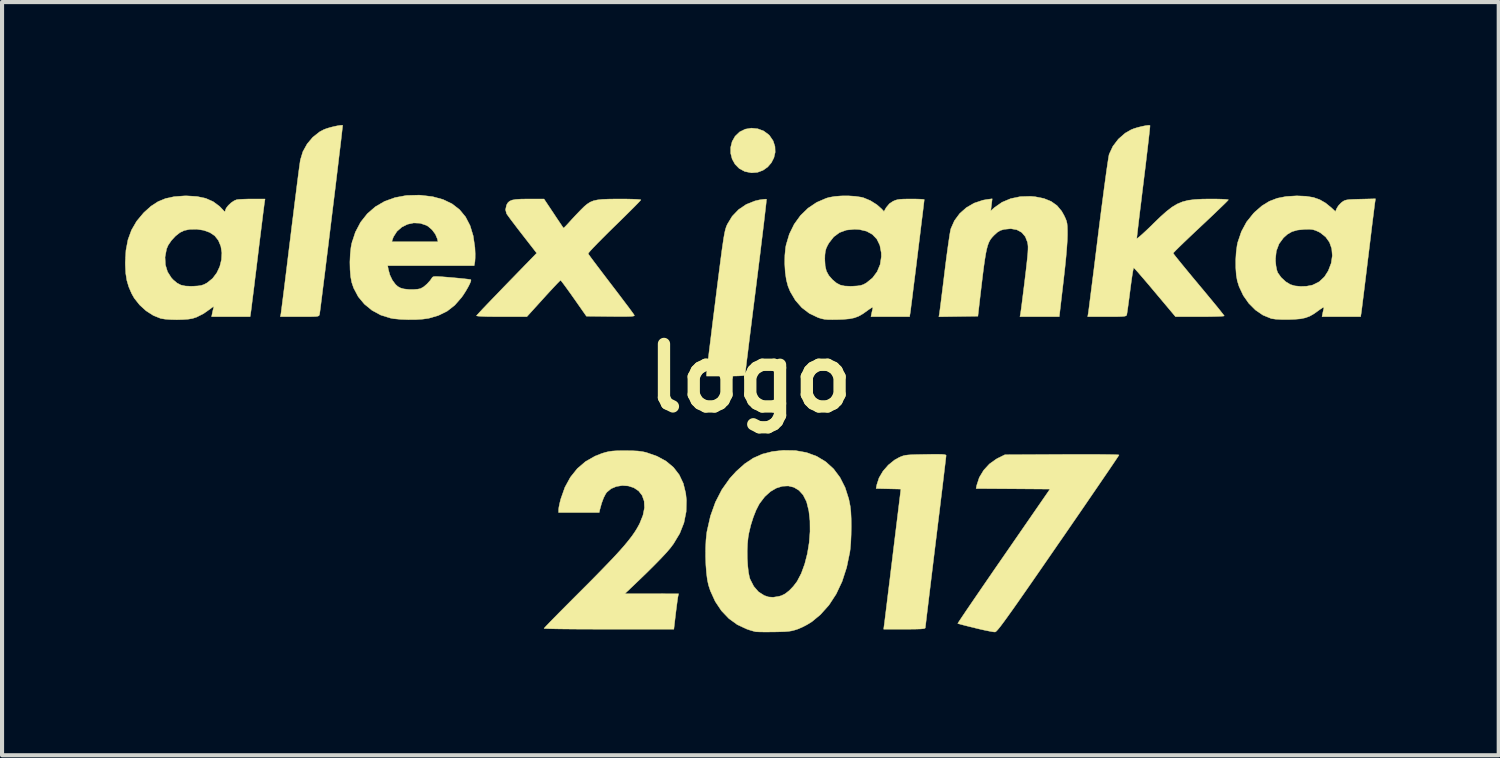
<source format=kicad_pcb>
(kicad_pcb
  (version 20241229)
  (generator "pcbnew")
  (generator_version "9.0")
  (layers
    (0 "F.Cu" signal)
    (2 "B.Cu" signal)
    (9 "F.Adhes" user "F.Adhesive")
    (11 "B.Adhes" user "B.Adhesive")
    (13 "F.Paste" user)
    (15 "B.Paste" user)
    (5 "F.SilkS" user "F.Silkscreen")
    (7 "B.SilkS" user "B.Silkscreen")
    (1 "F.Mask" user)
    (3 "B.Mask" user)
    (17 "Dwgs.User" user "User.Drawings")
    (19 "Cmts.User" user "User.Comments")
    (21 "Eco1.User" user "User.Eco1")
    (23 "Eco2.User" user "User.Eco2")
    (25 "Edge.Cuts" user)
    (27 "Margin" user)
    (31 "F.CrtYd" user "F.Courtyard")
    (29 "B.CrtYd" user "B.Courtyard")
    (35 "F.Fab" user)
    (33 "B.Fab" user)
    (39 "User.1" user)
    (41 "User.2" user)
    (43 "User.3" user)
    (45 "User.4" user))
  (footprint "logo"
    (layer "F.Cu")
    (at 15.245 6.171)
    (property "Reference" "logo" (at 0 0 0) (layer "F.SilkS") (effects (font (size 1.524 1.524) (thickness 0.3))))
    (attr through_hole)
    (fp_poly (pts (xy 0.182 -6.081) (xy 0.327 -6.027) (xy 0.451 -5.935) (xy 0.467 -5.919) (xy 0.557 -5.787) (xy 0.602 -5.648) (xy 0.607 -5.509) (xy 0.576 -5.375) (xy 0.513 -5.252) (xy 0.423 -5.148) (xy 0.309 -5.068) (xy 0.177 -5.019) (xy 0.03 -5.007) (xy -0.127 -5.038) (xy -0.136 -5.041) (xy -0.27 -5.113) (xy -0.372 -5.217) (xy -0.442 -5.343) (xy -0.478 -5.484) (xy -0.478 -5.629) (xy -0.443 -5.77) (xy -0.37 -5.899) (xy -0.259 -6.005) (xy -0.259 -6.005) (xy -0.122 -6.072) (xy 0.029 -6.097) (xy 0.182 -6.081)) (stroke (width 0.01) (type solid)) (fill yes) (layer "F.SilkS"))
    (fp_poly (pts (xy 0.395 -4.363) (xy 0.393 -4.337) (xy 0.386 -4.264) (xy 0.373 -4.148) (xy 0.355 -3.993) (xy 0.333 -3.802) (xy 0.306 -3.579) (xy 0.275 -3.328) (xy 0.242 -3.053) (xy 0.205 -2.757) (xy 0.166 -2.444) (xy 0.14 -2.233) (xy 0.099 -1.91) (xy 0.06 -1.602) (xy 0.024 -1.311) (xy -0.01 -1.042) (xy -0.04 -0.799) (xy -0.066 -0.585) (xy -0.089 -0.404) (xy -0.106 -0.259) (xy -0.119 -0.155) (xy -0.126 -0.096) (xy -0.127 -0.083) (xy -0.139 -0.071) (xy -0.179 -0.062) (xy -0.253 -0.056) (xy -0.364 -0.052) (xy -0.519 -0.051) (xy -0.597 -0.051) (xy -1.067 -0.051) (xy -1.067 -0.108) (xy -1.063 -0.142) (xy -1.054 -0.223) (xy -1.04 -0.345) (xy -1.021 -0.505) (xy -0.998 -0.698) (xy -0.97 -0.92) (xy -0.94 -1.167) (xy -0.907 -1.435) (xy -0.871 -1.718) (xy -0.851 -1.877) (xy -0.809 -2.214) (xy -0.772 -2.505) (xy -0.74 -2.752) (xy -0.713 -2.961) (xy -0.69 -3.135) (xy -0.669 -3.278) (xy -0.652 -3.394) (xy -0.636 -3.487) (xy -0.622 -3.56) (xy -0.609 -3.617) (xy -0.595 -3.663) (xy -0.582 -3.702) (xy -0.567 -3.736) (xy -0.561 -3.75) (xy -0.442 -3.947) (xy -0.286 -4.11) (xy -0.1 -4.236) (xy 0.113 -4.321) (xy 0.224 -4.347) (xy 0.308 -4.359) (xy 0.37 -4.365) (xy 0.395 -4.363)) (stroke (width 0.01) (type solid)) (fill yes) (layer "F.SilkS"))
    (fp_poly (pts (xy 4.671 1.858) (xy 4.73 1.863) (xy 4.762 1.871) (xy 4.775 1.882) (xy 4.775 1.886) (xy 4.772 1.916) (xy 4.763 1.993) (xy 4.749 2.113) (xy 4.73 2.271) (xy 4.707 2.465) (xy 4.68 2.69) (xy 4.649 2.943) (xy 4.616 3.219) (xy 4.579 3.515) (xy 4.541 3.828) (xy 4.521 3.99) (xy 4.482 4.309) (xy 4.445 4.614) (xy 4.41 4.9) (xy 4.378 5.165) (xy 4.349 5.404) (xy 4.324 5.613) (xy 4.302 5.79) (xy 4.286 5.929) (xy 4.274 6.027) (xy 4.268 6.081) (xy 4.267 6.09) (xy 4.255 6.101) (xy 4.216 6.11) (xy 4.144 6.116) (xy 4.035 6.119) (xy 3.884 6.121) (xy 3.76 6.121) (xy 3.252 6.121) (xy 3.266 6.013) (xy 3.272 5.97) (xy 3.283 5.88) (xy 3.299 5.749) (xy 3.32 5.582) (xy 3.344 5.383) (xy 3.372 5.156) (xy 3.403 4.907) (xy 3.435 4.64) (xy 3.47 4.359) (xy 3.476 4.305) (xy 3.672 2.705) (xy 3.37 2.698) (xy 3.068 2.691) (xy 3.086 2.596) (xy 3.14 2.43) (xy 3.236 2.267) (xy 3.365 2.119) (xy 3.517 1.996) (xy 3.628 1.934) (xy 3.68 1.911) (xy 3.727 1.894) (xy 3.78 1.881) (xy 3.846 1.873) (xy 3.934 1.867) (xy 4.053 1.863) (xy 4.21 1.86) (xy 4.274 1.859) (xy 4.449 1.856) (xy 4.579 1.856) (xy 4.671 1.858)) (stroke (width 0.01) (type solid)) (fill yes) (layer "F.SilkS"))
    (fp_poly (pts (xy -9.943 -6.166) (xy -9.94 -6.164) (xy -9.942 -6.138) (xy -9.95 -6.067) (xy -9.963 -5.953) (xy -9.98 -5.802) (xy -10.002 -5.618) (xy -10.028 -5.406) (xy -10.056 -5.168) (xy -10.087 -4.911) (xy -10.12 -4.637) (xy -10.155 -4.352) (xy -10.191 -4.06) (xy -10.227 -3.765) (xy -10.263 -3.471) (xy -10.298 -3.183) (xy -10.333 -2.905) (xy -10.365 -2.641) (xy -10.396 -2.396) (xy -10.424 -2.174) (xy -10.448 -1.979) (xy -10.469 -1.815) (xy -10.485 -1.688) (xy -10.497 -1.601) (xy -10.503 -1.558) (xy -10.504 -1.556) (xy -10.51 -1.536) (xy -10.521 -1.521) (xy -10.546 -1.511) (xy -10.591 -1.504) (xy -10.663 -1.501) (xy -10.768 -1.499) (xy -10.915 -1.499) (xy -10.987 -1.499) (xy -11.458 -1.499) (xy -11.443 -1.581) (xy -11.438 -1.62) (xy -11.427 -1.705) (xy -11.411 -1.831) (xy -11.39 -1.995) (xy -11.365 -2.192) (xy -11.337 -2.419) (xy -11.306 -2.669) (xy -11.273 -2.94) (xy -11.238 -3.227) (xy -11.214 -3.416) (xy -11.178 -3.714) (xy -11.142 -3.999) (xy -11.109 -4.269) (xy -11.077 -4.518) (xy -11.049 -4.742) (xy -11.024 -4.937) (xy -11.003 -5.097) (xy -10.986 -5.219) (xy -10.975 -5.297) (xy -10.971 -5.321) (xy -10.91 -5.523) (xy -10.806 -5.711) (xy -10.668 -5.875) (xy -10.502 -6.006) (xy -10.401 -6.06) (xy -10.333 -6.086) (xy -10.244 -6.113) (xy -10.147 -6.137) (xy -10.055 -6.156) (xy -9.983 -6.166) (xy -9.943 -6.166)) (stroke (width 0.01) (type solid)) (fill yes) (layer "F.SilkS"))
    (fp_poly (pts (xy 8.33 1.859) (xy 8.529 1.86) (xy 8.698 1.862) (xy 8.833 1.864) (xy 8.93 1.867) (xy 8.983 1.871) (xy 8.992 1.873) (xy 8.977 1.896) (xy 8.936 1.959) (xy 8.87 2.057) (xy 8.781 2.189) (xy 8.67 2.352) (xy 8.54 2.542) (xy 8.393 2.757) (xy 8.23 2.995) (xy 8.054 3.252) (xy 7.866 3.525) (xy 7.668 3.813) (xy 7.511 4.039) (xy 7.267 4.393) (xy 7.05 4.707) (xy 6.859 4.983) (xy 6.691 5.224) (xy 6.546 5.432) (xy 6.421 5.61) (xy 6.315 5.758) (xy 6.227 5.881) (xy 6.155 5.979) (xy 6.097 6.056) (xy 6.051 6.113) (xy 6.017 6.152) (xy 5.992 6.177) (xy 5.974 6.188) (xy 5.968 6.19) (xy 5.923 6.186) (xy 5.839 6.171) (xy 5.724 6.148) (xy 5.59 6.118) (xy 5.487 6.093) (xy 5.349 6.059) (xy 5.228 6.029) (xy 5.135 6.004) (xy 5.076 5.988) (xy 5.059 5.982) (xy 5.072 5.96) (xy 5.111 5.9) (xy 5.175 5.804) (xy 5.261 5.676) (xy 5.368 5.519) (xy 5.493 5.336) (xy 5.634 5.13) (xy 5.788 4.906) (xy 5.954 4.664) (xy 6.13 4.41) (xy 6.179 4.339) (xy 7.308 2.705) (xy 6.407 2.698) (xy 5.506 2.692) (xy 5.522 2.611) (xy 5.584 2.422) (xy 5.69 2.246) (xy 5.83 2.093) (xy 5.998 1.973) (xy 6.042 1.949) (xy 6.209 1.867) (xy 7.6 1.86) (xy 7.861 1.859) (xy 8.106 1.859) (xy 8.33 1.859)) (stroke (width 0.01) (type solid)) (fill yes) (layer "F.SilkS"))
    (fp_poly (pts (xy 6.946 -4.424) (xy 7.161 -4.381) (xy 7.336 -4.31) (xy 7.478 -4.209) (xy 7.592 -4.073) (xy 7.651 -3.968) (xy 7.686 -3.894) (xy 7.71 -3.832) (xy 7.724 -3.771) (xy 7.731 -3.695) (xy 7.734 -3.593) (xy 7.734 -3.493) (xy 7.73 -3.361) (xy 7.718 -3.184) (xy 7.7 -2.967) (xy 7.675 -2.716) (xy 7.644 -2.437) (xy 7.633 -2.343) (xy 7.534 -1.499) (xy 6.575 -1.499) (xy 6.589 -1.568) (xy 6.595 -1.611) (xy 6.607 -1.696) (xy 6.623 -1.819) (xy 6.642 -1.971) (xy 6.664 -2.146) (xy 6.688 -2.338) (xy 6.696 -2.407) (xy 6.723 -2.63) (xy 6.743 -2.808) (xy 6.758 -2.948) (xy 6.768 -3.057) (xy 6.772 -3.141) (xy 6.773 -3.205) (xy 6.769 -3.257) (xy 6.761 -3.302) (xy 6.759 -3.314) (xy 6.706 -3.451) (xy 6.618 -3.554) (xy 6.499 -3.619) (xy 6.354 -3.645) (xy 6.191 -3.629) (xy 6.101 -3.603) (xy 6.026 -3.559) (xy 5.946 -3.486) (xy 5.943 -3.483) (xy 5.902 -3.44) (xy 5.867 -3.397) (xy 5.837 -3.35) (xy 5.81 -3.294) (xy 5.786 -3.225) (xy 5.763 -3.138) (xy 5.741 -3.03) (xy 5.719 -2.895) (xy 5.695 -2.728) (xy 5.669 -2.526) (xy 5.64 -2.285) (xy 5.606 -1.998) (xy 5.594 -1.892) (xy 5.55 -1.511) (xy 5.074 -1.504) (xy 4.598 -1.497) (xy 4.611 -1.568) (xy 4.617 -1.609) (xy 4.628 -1.694) (xy 4.644 -1.817) (xy 4.663 -1.972) (xy 4.686 -2.154) (xy 4.711 -2.355) (xy 4.737 -2.571) (xy 4.738 -2.578) (xy 4.765 -2.797) (xy 4.792 -3.004) (xy 4.818 -3.194) (xy 4.842 -3.36) (xy 4.862 -3.495) (xy 4.879 -3.592) (xy 4.891 -3.645) (xy 4.978 -3.841) (xy 5.106 -4.014) (xy 5.268 -4.158) (xy 5.458 -4.268) (xy 5.67 -4.339) (xy 5.763 -4.356) (xy 5.899 -4.374) (xy 5.881 -4.227) (xy 5.863 -4.08) (xy 5.955 -4.161) (xy 6.138 -4.289) (xy 6.35 -4.378) (xy 6.585 -4.427) (xy 6.835 -4.434) (xy 6.946 -4.424)) (stroke (width 0.01) (type solid)) (fill yes) (layer "F.SilkS"))
    (fp_poly (pts (xy -8.039 -4.461) (xy -7.746 -4.426) (xy -7.491 -4.356) (xy -7.272 -4.251) (xy -7.09 -4.11) (xy -6.944 -3.934) (xy -6.833 -3.721) (xy -6.757 -3.472) (xy -6.715 -3.186) (xy -6.713 -3.148) (xy -6.708 -3.035) (xy -6.709 -2.929) (xy -6.714 -2.85) (xy -6.716 -2.836) (xy -6.733 -2.743) (xy -8.842 -2.743) (xy -8.825 -2.648) (xy -8.788 -2.515) (xy -8.727 -2.388) (xy -8.65 -2.285) (xy -8.595 -2.235) (xy -8.526 -2.198) (xy -8.446 -2.176) (xy -8.337 -2.164) (xy -8.317 -2.163) (xy -8.21 -2.162) (xy -8.111 -2.17) (xy -8.043 -2.183) (xy -7.967 -2.225) (xy -7.883 -2.296) (xy -7.804 -2.383) (xy -7.76 -2.448) (xy -7.748 -2.463) (xy -7.728 -2.474) (xy -7.693 -2.479) (xy -7.635 -2.479) (xy -7.548 -2.475) (xy -7.423 -2.465) (xy -7.28 -2.453) (xy -7.134 -2.44) (xy -7.005 -2.427) (xy -6.903 -2.416) (xy -6.836 -2.406) (xy -6.812 -2.401) (xy -6.813 -2.369) (xy -6.838 -2.306) (xy -6.881 -2.221) (xy -6.937 -2.124) (xy -7.001 -2.024) (xy -7.042 -1.967) (xy -7.207 -1.778) (xy -7.393 -1.633) (xy -7.607 -1.528) (xy -7.84 -1.46) (xy -7.981 -1.44) (xy -8.155 -1.428) (xy -8.343 -1.427) (xy -8.529 -1.434) (xy -8.694 -1.45) (xy -8.776 -1.465) (xy -9.013 -1.539) (xy -9.226 -1.655) (xy -9.41 -1.806) (xy -9.561 -1.988) (xy -9.672 -2.198) (xy -9.719 -2.337) (xy -9.745 -2.475) (xy -9.759 -2.645) (xy -9.763 -2.831) (xy -9.755 -3.018) (xy -9.737 -3.188) (xy -9.718 -3.289) (xy -9.706 -3.327) (xy -8.741 -3.327) (xy -7.614 -3.327) (xy -7.631 -3.397) (xy -7.678 -3.509) (xy -7.759 -3.618) (xy -7.859 -3.704) (xy -7.899 -3.727) (xy -8.051 -3.778) (xy -8.208 -3.785) (xy -8.36 -3.752) (xy -8.499 -3.682) (xy -8.616 -3.579) (xy -8.7 -3.448) (xy -8.724 -3.385) (xy -8.741 -3.327) (xy -9.706 -3.327) (xy -9.629 -3.562) (xy -9.502 -3.803) (xy -9.339 -4.009) (xy -9.144 -4.179) (xy -8.918 -4.311) (xy -8.663 -4.403) (xy -8.383 -4.455) (xy -8.079 -4.463) (xy -8.039 -4.461)) (stroke (width 0.01) (type solid)) (fill yes) (layer "F.SilkS"))
    (fp_poly (pts (xy -2.882 1.77) (xy -2.741 1.777) (xy -2.628 1.792) (xy -2.54 1.811) (xy -2.276 1.903) (xy -2.054 2.024) (xy -1.873 2.175) (xy -1.733 2.356) (xy -1.633 2.567) (xy -1.574 2.809) (xy -1.557 2.972) (xy -1.564 3.257) (xy -1.618 3.527) (xy -1.72 3.786) (xy -1.871 4.037) (xy -1.952 4.145) (xy -2.042 4.25) (xy -2.168 4.385) (xy -2.328 4.549) (xy -2.52 4.74) (xy -2.742 4.954) (xy -2.896 5.101) (xy -3.061 5.257) (xy -2.404 5.257) (xy -1.747 5.258) (xy -1.761 5.315) (xy -1.769 5.36) (xy -1.781 5.445) (xy -1.796 5.558) (xy -1.813 5.691) (xy -1.82 5.747) (xy -1.864 6.121) (xy -3.447 6.121) (xy -3.725 6.121) (xy -3.988 6.12) (xy -4.231 6.119) (xy -4.449 6.117) (xy -4.639 6.115) (xy -4.797 6.112) (xy -4.917 6.109) (xy -4.996 6.106) (xy -5.028 6.103) (xy -5.029 6.102) (xy -5.012 6.081) (xy -4.962 6.027) (xy -4.883 5.945) (xy -4.779 5.839) (xy -4.653 5.711) (xy -4.508 5.565) (xy -4.349 5.405) (xy -4.202 5.258) (xy -3.939 4.995) (xy -3.71 4.763) (xy -3.513 4.56) (xy -3.343 4.383) (xy -3.199 4.227) (xy -3.078 4.09) (xy -2.977 3.968) (xy -2.892 3.859) (xy -2.822 3.759) (xy -2.763 3.665) (xy -2.712 3.573) (xy -2.694 3.537) (xy -2.616 3.341) (xy -2.58 3.16) (xy -2.588 2.998) (xy -2.638 2.858) (xy -2.722 2.751) (xy -2.839 2.672) (xy -2.976 2.628) (xy -3.122 2.618) (xy -3.265 2.641) (xy -3.394 2.695) (xy -3.496 2.78) (xy -3.522 2.814) (xy -3.575 2.915) (xy -3.625 3.048) (xy -3.666 3.197) (xy -3.669 3.207) (xy -3.684 3.277) (xy -4.674 3.277) (xy -4.674 3.206) (xy -4.667 3.148) (xy -4.649 3.058) (xy -4.624 2.957) (xy -4.621 2.946) (xy -4.521 2.662) (xy -4.386 2.415) (xy -4.218 2.205) (xy -4.017 2.033) (xy -3.783 1.9) (xy -3.623 1.837) (xy -3.532 1.809) (xy -3.451 1.79) (xy -3.367 1.778) (xy -3.266 1.771) (xy -3.134 1.768) (xy -3.061 1.768) (xy -2.882 1.77)) (stroke (width 0.01) (type solid)) (fill yes) (layer "F.SilkS"))
    (fp_poly (pts (xy 1.098 1.765) (xy 1.372 1.814) (xy 1.619 1.905) (xy 1.839 2.038) (xy 2.029 2.21) (xy 2.187 2.42) (xy 2.312 2.666) (xy 2.402 2.947) (xy 2.437 3.124) (xy 2.452 3.257) (xy 2.46 3.425) (xy 2.462 3.614) (xy 2.459 3.811) (xy 2.451 3.999) (xy 2.437 4.166) (xy 2.427 4.242) (xy 2.35 4.615) (xy 2.239 4.957) (xy 2.095 5.263) (xy 1.918 5.534) (xy 1.709 5.767) (xy 1.504 5.937) (xy 1.393 6.006) (xy 1.264 6.073) (xy 1.161 6.117) (xy 1.084 6.142) (xy 1.013 6.161) (xy 0.936 6.173) (xy 0.842 6.181) (xy 0.718 6.185) (xy 0.584 6.188) (xy 0.443 6.189) (xy 0.316 6.189) (xy 0.212 6.187) (xy 0.144 6.184) (xy 0.127 6.182) (xy 0.069 6.167) (xy -0.016 6.142) (xy -0.089 6.117) (xy -0.318 6.01) (xy -0.524 5.86) (xy -0.704 5.671) (xy -0.855 5.445) (xy -0.973 5.186) (xy -1.018 5.05) (xy -1.047 4.918) (xy -1.068 4.749) (xy -1.083 4.554) (xy -1.09 4.346) (xy -1.089 4.216) (xy -0.075 4.216) (xy -0.073 4.398) (xy -0.062 4.574) (xy -0.045 4.73) (xy -0.02 4.855) (xy -0.005 4.902) (xy 0.085 5.077) (xy 0.201 5.211) (xy 0.341 5.3) (xy 0.445 5.335) (xy 0.557 5.343) (xy 0.695 5.321) (xy 0.76 5.303) (xy 0.85 5.258) (xy 0.951 5.179) (xy 1.05 5.076) (xy 1.137 4.962) (xy 1.141 4.957) (xy 1.243 4.762) (xy 1.327 4.532) (xy 1.392 4.278) (xy 1.436 4.011) (xy 1.457 3.741) (xy 1.455 3.479) (xy 1.428 3.238) (xy 1.376 3.027) (xy 1.368 3.004) (xy 1.289 2.849) (xy 1.186 2.735) (xy 1.063 2.661) (xy 0.927 2.628) (xy 0.783 2.635) (xy 0.635 2.681) (xy 0.49 2.766) (xy 0.353 2.89) (xy 0.229 3.053) (xy 0.215 3.075) (xy 0.142 3.217) (xy 0.073 3.392) (xy 0.012 3.585) (xy -0.034 3.778) (xy -0.052 3.88) (xy -0.068 4.039) (xy -0.075 4.216) (xy -1.089 4.216) (xy -1.089 4.139) (xy -1.08 3.945) (xy -1.062 3.776) (xy -1.056 3.735) (xy -0.971 3.361) (xy -0.85 3.023) (xy -0.693 2.718) (xy -0.499 2.444) (xy -0.343 2.273) (xy -0.136 2.088) (xy 0.073 1.949) (xy 0.295 1.851) (xy 0.539 1.789) (xy 0.801 1.76) (xy 1.098 1.765)) (stroke (width 0.01) (type solid)) (fill yes) (layer "F.SilkS"))
    (fp_poly (pts (xy -3.017 -4.368) (xy -2.882 -4.365) (xy -2.774 -4.361) (xy -2.7 -4.355) (xy -2.668 -4.349) (xy -2.667 -4.348) (xy -2.685 -4.326) (xy -2.735 -4.273) (xy -2.813 -4.193) (xy -2.916 -4.09) (xy -3.039 -3.968) (xy -3.177 -3.832) (xy -3.316 -3.697) (xy -3.466 -3.55) (xy -3.602 -3.414) (xy -3.722 -3.293) (xy -3.822 -3.19) (xy -3.896 -3.11) (xy -3.941 -3.057) (xy -3.953 -3.036) (xy -3.936 -3.009) (xy -3.891 -2.947) (xy -3.822 -2.854) (xy -3.733 -2.736) (xy -3.627 -2.596) (xy -3.508 -2.439) (xy -3.391 -2.286) (xy -3.263 -2.119) (xy -3.145 -1.963) (xy -3.04 -1.824) (xy -2.952 -1.707) (xy -2.885 -1.616) (xy -2.842 -1.556) (xy -2.827 -1.532) (xy -2.83 -1.521) (xy -2.853 -1.513) (xy -2.902 -1.507) (xy -2.981 -1.504) (xy -3.096 -1.502) (xy -3.252 -1.503) (xy -3.405 -1.504) (xy -3.996 -1.511) (xy -4.303 -1.949) (xy -4.395 -2.079) (xy -4.478 -2.194) (xy -4.546 -2.287) (xy -4.596 -2.353) (xy -4.623 -2.385) (xy -4.626 -2.387) (xy -4.647 -2.369) (xy -4.697 -2.319) (xy -4.771 -2.241) (xy -4.864 -2.141) (xy -4.972 -2.024) (xy -5.045 -1.943) (xy -5.448 -1.499) (xy -6.066 -1.499) (xy -6.265 -1.5) (xy -6.429 -1.502) (xy -6.555 -1.507) (xy -6.638 -1.513) (xy -6.674 -1.52) (xy -6.676 -1.523) (xy -6.657 -1.546) (xy -6.606 -1.601) (xy -6.528 -1.685) (xy -6.425 -1.793) (xy -6.301 -1.922) (xy -6.161 -2.067) (xy -6.009 -2.225) (xy -5.938 -2.298) (xy -5.208 -3.049) (xy -5.561 -3.503) (xy -5.665 -3.637) (xy -5.758 -3.76) (xy -5.838 -3.865) (xy -5.898 -3.947) (xy -5.934 -3.998) (xy -5.942 -4.009) (xy -5.968 -4.107) (xy -5.945 -4.214) (xy -5.939 -4.23) (xy -5.909 -4.28) (xy -5.868 -4.316) (xy -5.807 -4.342) (xy -5.72 -4.358) (xy -5.598 -4.366) (xy -5.434 -4.369) (xy -5.399 -4.369) (xy -5.03 -4.369) (xy -4.797 -4.02) (xy -4.719 -3.902) (xy -4.651 -3.801) (xy -4.598 -3.722) (xy -4.565 -3.673) (xy -4.556 -3.66) (xy -4.537 -3.673) (xy -4.494 -3.716) (xy -4.435 -3.779) (xy -4.428 -3.787) (xy -4.354 -3.869) (xy -4.26 -3.97) (xy -4.163 -4.071) (xy -4.129 -4.106) (xy -4.049 -4.185) (xy -3.976 -4.246) (xy -3.904 -4.292) (xy -3.824 -4.325) (xy -3.729 -4.346) (xy -3.609 -4.36) (xy -3.459 -4.366) (xy -3.268 -4.369) (xy -3.17 -4.369) (xy -3.017 -4.368)) (stroke (width 0.01) (type solid)) (fill yes) (layer "F.SilkS"))
    (fp_poly (pts (xy -13.491 -4.43) (xy -13.277 -4.384) (xy -13.096 -4.304) (xy -12.942 -4.19) (xy -12.879 -4.124) (xy -12.832 -4.074) (xy -12.809 -4.061) (xy -12.802 -4.08) (xy -12.802 -4.089) (xy -12.781 -4.144) (xy -12.73 -4.21) (xy -12.66 -4.276) (xy -12.584 -4.327) (xy -12.523 -4.352) (xy -12.465 -4.359) (xy -12.369 -4.364) (xy -12.25 -4.368) (xy -12.136 -4.369) (xy -11.832 -4.369) (xy -11.847 -4.274) (xy -11.853 -4.23) (xy -11.864 -4.141) (xy -11.881 -4.012) (xy -11.901 -3.849) (xy -11.925 -3.657) (xy -11.952 -3.44) (xy -11.981 -3.206) (xy -12.011 -2.957) (xy -12.014 -2.934) (xy -12.044 -2.685) (xy -12.074 -2.448) (xy -12.1 -2.23) (xy -12.125 -2.035) (xy -12.146 -1.869) (xy -12.162 -1.737) (xy -12.174 -1.644) (xy -12.181 -1.596) (xy -12.181 -1.594) (xy -12.196 -1.499) (xy -13.136 -1.499) (xy -13.119 -1.581) (xy -13.103 -1.656) (xy -13.088 -1.714) (xy -13.084 -1.741) (xy -13.1 -1.74) (xy -13.145 -1.707) (xy -13.16 -1.695) (xy -13.333 -1.573) (xy -13.504 -1.487) (xy -13.599 -1.456) (xy -13.7 -1.439) (xy -13.834 -1.429) (xy -13.985 -1.425) (xy -14.136 -1.429) (xy -14.271 -1.439) (xy -14.373 -1.456) (xy -14.378 -1.457) (xy -14.557 -1.529) (xy -14.732 -1.641) (xy -14.89 -1.785) (xy -15.021 -1.95) (xy -15.085 -2.063) (xy -15.155 -2.225) (xy -15.202 -2.384) (xy -15.229 -2.556) (xy -15.239 -2.756) (xy -15.24 -2.821) (xy -15.233 -2.952) (xy -14.271 -2.952) (xy -14.262 -2.765) (xy -14.21 -2.594) (xy -14.116 -2.446) (xy -14.068 -2.395) (xy -13.977 -2.319) (xy -13.885 -2.271) (xy -13.777 -2.247) (xy -13.641 -2.241) (xy -13.585 -2.242) (xy -13.469 -2.249) (xy -13.388 -2.261) (xy -13.322 -2.283) (xy -13.255 -2.318) (xy -13.242 -2.326) (xy -13.111 -2.432) (xy -13.009 -2.567) (xy -12.936 -2.722) (xy -12.895 -2.888) (xy -12.885 -3.055) (xy -12.91 -3.215) (xy -12.97 -3.359) (xy -13.059 -3.472) (xy -13.179 -3.552) (xy -13.329 -3.606) (xy -13.498 -3.632) (xy -13.672 -3.628) (xy -13.802 -3.601) (xy -13.907 -3.551) (xy -14.016 -3.465) (xy -14.116 -3.357) (xy -14.195 -3.241) (xy -14.234 -3.149) (xy -14.271 -2.952) (xy -15.233 -2.952) (xy -15.224 -3.116) (xy -15.174 -3.378) (xy -15.088 -3.612) (xy -14.964 -3.826) (xy -14.799 -4.024) (xy -14.783 -4.041) (xy -14.615 -4.192) (xy -14.443 -4.304) (xy -14.257 -4.381) (xy -14.047 -4.426) (xy -13.805 -4.444) (xy -13.741 -4.445) (xy -13.491 -4.43)) (stroke (width 0.01) (type solid)) (fill yes) (layer "F.SilkS"))
    (fp_poly (pts (xy 13.551 -4.436) (xy 13.731 -4.407) (xy 13.885 -4.353) (xy 14.027 -4.271) (xy 14.164 -4.16) (xy 14.268 -4.063) (xy 14.301 -4.141) (xy 14.342 -4.207) (xy 14.405 -4.273) (xy 14.423 -4.288) (xy 14.46 -4.315) (xy 14.497 -4.334) (xy 14.543 -4.346) (xy 14.608 -4.355) (xy 14.701 -4.36) (xy 14.832 -4.364) (xy 14.879 -4.365) (xy 15.245 -4.374) (xy 15.23 -4.276) (xy 15.224 -4.232) (xy 15.213 -4.143) (xy 15.197 -4.013) (xy 15.176 -3.85) (xy 15.152 -3.657) (xy 15.126 -3.44) (xy 15.097 -3.204) (xy 15.067 -2.955) (xy 15.062 -2.921) (xy 15.032 -2.671) (xy 15.003 -2.435) (xy 14.976 -2.216) (xy 14.952 -2.022) (xy 14.931 -1.856) (xy 14.915 -1.724) (xy 14.903 -1.632) (xy 14.896 -1.584) (xy 14.896 -1.581) (xy 14.882 -1.499) (xy 13.941 -1.499) (xy 13.957 -1.581) (xy 13.973 -1.654) (xy 13.987 -1.711) (xy 13.984 -1.728) (xy 13.952 -1.716) (xy 13.888 -1.673) (xy 13.863 -1.655) (xy 13.746 -1.571) (xy 13.641 -1.511) (xy 13.536 -1.472) (xy 13.417 -1.447) (xy 13.27 -1.435) (xy 13.145 -1.43) (xy 12.957 -1.43) (xy 12.81 -1.438) (xy 12.707 -1.453) (xy 12.698 -1.456) (xy 12.5 -1.537) (xy 12.318 -1.662) (xy 12.156 -1.824) (xy 12.021 -2.016) (xy 11.919 -2.233) (xy 11.875 -2.374) (xy 11.85 -2.516) (xy 11.838 -2.691) (xy 11.837 -2.88) (xy 11.838 -2.903) (xy 12.806 -2.903) (xy 12.808 -2.845) (xy 12.819 -2.736) (xy 12.838 -2.639) (xy 12.86 -2.574) (xy 12.943 -2.457) (xy 13.056 -2.352) (xy 13.169 -2.283) (xy 13.281 -2.25) (xy 13.42 -2.237) (xy 13.566 -2.242) (xy 13.699 -2.267) (xy 13.719 -2.274) (xy 13.874 -2.352) (xy 14.001 -2.472) (xy 14.093 -2.617) (xy 14.165 -2.804) (xy 14.192 -2.986) (xy 14.178 -3.157) (xy 14.124 -3.311) (xy 14.03 -3.443) (xy 13.899 -3.547) (xy 13.858 -3.569) (xy 13.781 -3.603) (xy 13.714 -3.623) (xy 13.64 -3.631) (xy 13.538 -3.629) (xy 13.507 -3.628) (xy 13.342 -3.611) (xy 13.21 -3.573) (xy 13.098 -3.509) (xy 13.001 -3.422) (xy 12.893 -3.275) (xy 12.827 -3.101) (xy 12.806 -2.903) (xy 11.838 -2.903) (xy 11.848 -3.068) (xy 11.87 -3.235) (xy 11.885 -3.308) (xy 11.975 -3.574) (xy 12.101 -3.808) (xy 12.267 -4.015) (xy 12.303 -4.052) (xy 12.476 -4.202) (xy 12.654 -4.312) (xy 12.848 -4.387) (xy 13.066 -4.43) (xy 13.318 -4.445) (xy 13.336 -4.445) (xy 13.551 -4.436)) (stroke (width 0.01) (type solid)) (fill yes) (layer "F.SilkS"))
    (fp_poly (pts (xy 2.564 -4.434) (xy 2.708 -4.412) (xy 2.763 -4.398) (xy 2.93 -4.328) (xy 3.087 -4.229) (xy 3.199 -4.13) (xy 3.26 -4.064) (xy 3.313 -4.159) (xy 3.392 -4.254) (xy 3.479 -4.312) (xy 3.533 -4.336) (xy 3.587 -4.352) (xy 3.655 -4.362) (xy 3.747 -4.367) (xy 3.876 -4.369) (xy 3.917 -4.369) (xy 4.039 -4.368) (xy 4.14 -4.365) (xy 4.21 -4.361) (xy 4.241 -4.356) (xy 4.242 -4.356) (xy 4.239 -4.326) (xy 4.23 -4.252) (xy 4.217 -4.139) (xy 4.199 -3.992) (xy 4.177 -3.817) (xy 4.153 -3.62) (xy 4.127 -3.407) (xy 4.099 -3.182) (xy 4.071 -2.953) (xy 4.043 -2.723) (xy 4.015 -2.5) (xy 3.988 -2.289) (xy 3.964 -2.094) (xy 3.943 -1.923) (xy 3.924 -1.78) (xy 3.911 -1.672) (xy 3.901 -1.603) (xy 3.898 -1.581) (xy 3.884 -1.499) (xy 2.942 -1.499) (xy 2.959 -1.581) (xy 2.975 -1.654) (xy 2.989 -1.711) (xy 2.985 -1.728) (xy 2.954 -1.716) (xy 2.89 -1.673) (xy 2.865 -1.655) (xy 2.748 -1.571) (xy 2.643 -1.511) (xy 2.537 -1.471) (xy 2.417 -1.447) (xy 2.269 -1.434) (xy 2.146 -1.429) (xy 2.003 -1.427) (xy 1.897 -1.428) (xy 1.816 -1.435) (xy 1.745 -1.449) (xy 1.672 -1.471) (xy 1.65 -1.479) (xy 1.442 -1.578) (xy 1.256 -1.72) (xy 1.099 -1.899) (xy 0.974 -2.111) (xy 0.92 -2.242) (xy 0.879 -2.398) (xy 0.852 -2.585) (xy 0.84 -2.79) (xy 0.841 -2.896) (xy 1.817 -2.896) (xy 1.826 -2.737) (xy 1.856 -2.611) (xy 1.914 -2.504) (xy 2.005 -2.4) (xy 2.011 -2.395) (xy 2.102 -2.319) (xy 2.194 -2.271) (xy 2.301 -2.247) (xy 2.438 -2.241) (xy 2.493 -2.242) (xy 2.609 -2.249) (xy 2.69 -2.261) (xy 2.756 -2.282) (xy 2.822 -2.318) (xy 2.835 -2.326) (xy 2.982 -2.446) (xy 3.094 -2.597) (xy 3.167 -2.773) (xy 3.196 -2.964) (xy 3.194 -3.058) (xy 3.159 -3.241) (xy 3.086 -3.391) (xy 2.977 -3.505) (xy 2.833 -3.584) (xy 2.656 -3.625) (xy 2.54 -3.631) (xy 2.343 -3.611) (xy 2.175 -3.55) (xy 2.035 -3.446) (xy 1.919 -3.298) (xy 1.885 -3.239) (xy 1.85 -3.164) (xy 1.83 -3.091) (xy 1.82 -3.004) (xy 1.817 -2.896) (xy 0.841 -2.896) (xy 0.843 -2.995) (xy 0.861 -3.184) (xy 0.874 -3.251) (xy 0.952 -3.513) (xy 1.07 -3.753) (xy 1.223 -3.965) (xy 1.407 -4.144) (xy 1.618 -4.286) (xy 1.852 -4.387) (xy 1.921 -4.407) (xy 2.057 -4.431) (xy 2.221 -4.444) (xy 2.396 -4.445) (xy 2.564 -4.434)) (stroke (width 0.01) (type solid)) (fill yes) (layer "F.SilkS"))
    (fp_poly (pts (xy 9.746 -6.162) (xy 9.747 -6.161) (xy 9.746 -6.135) (xy 9.739 -6.063) (xy 9.727 -5.95) (xy 9.71 -5.8) (xy 9.689 -5.619) (xy 9.664 -5.41) (xy 9.637 -5.179) (xy 9.606 -4.93) (xy 9.59 -4.797) (xy 9.558 -4.539) (xy 9.529 -4.296) (xy 9.501 -4.073) (xy 9.477 -3.874) (xy 9.457 -3.704) (xy 9.441 -3.567) (xy 9.43 -3.469) (xy 9.424 -3.415) (xy 9.423 -3.405) (xy 9.44 -3.412) (xy 9.488 -3.449) (xy 9.562 -3.514) (xy 9.656 -3.601) (xy 9.766 -3.706) (xy 9.823 -3.763) (xy 9.998 -3.932) (xy 10.148 -4.066) (xy 10.282 -4.17) (xy 10.41 -4.247) (xy 10.54 -4.301) (xy 10.681 -4.337) (xy 10.842 -4.357) (xy 11.033 -4.367) (xy 11.232 -4.369) (xy 11.373 -4.368) (xy 11.494 -4.365) (xy 11.587 -4.36) (xy 11.644 -4.354) (xy 11.659 -4.349) (xy 11.641 -4.328) (xy 11.59 -4.276) (xy 11.51 -4.198) (xy 11.405 -4.097) (xy 11.28 -3.977) (xy 11.138 -3.843) (xy 10.986 -3.7) (xy 10.831 -3.555) (xy 10.69 -3.421) (xy 10.564 -3.301) (xy 10.46 -3.2) (xy 10.38 -3.121) (xy 10.33 -3.069) (xy 10.312 -3.047) (xy 10.328 -3.023) (xy 10.373 -2.965) (xy 10.444 -2.876) (xy 10.537 -2.762) (xy 10.648 -2.627) (xy 10.774 -2.474) (xy 10.912 -2.309) (xy 10.935 -2.281) (xy 11.074 -2.115) (xy 11.202 -1.96) (xy 11.316 -1.822) (xy 11.412 -1.705) (xy 11.486 -1.612) (xy 11.536 -1.549) (xy 11.557 -1.52) (xy 11.557 -1.519) (xy 11.533 -1.513) (xy 11.465 -1.508) (xy 11.36 -1.504) (xy 11.226 -1.501) (xy 11.068 -1.499) (xy 10.963 -1.499) (xy 10.369 -1.499) (xy 9.868 -2.095) (xy 9.743 -2.244) (xy 9.629 -2.378) (xy 9.528 -2.495) (xy 9.447 -2.589) (xy 9.387 -2.655) (xy 9.354 -2.689) (xy 9.35 -2.692) (xy 9.341 -2.668) (xy 9.328 -2.601) (xy 9.311 -2.498) (xy 9.292 -2.366) (xy 9.271 -2.212) (xy 9.262 -2.14) (xy 9.241 -1.976) (xy 9.221 -1.827) (xy 9.204 -1.701) (xy 9.19 -1.607) (xy 9.181 -1.552) (xy 9.179 -1.543) (xy 9.17 -1.527) (xy 9.15 -1.516) (xy 9.112 -1.508) (xy 9.048 -1.503) (xy 8.952 -1.5) (xy 8.817 -1.499) (xy 8.697 -1.499) (xy 8.227 -1.499) (xy 8.241 -1.581) (xy 8.247 -1.619) (xy 8.258 -1.704) (xy 8.274 -1.831) (xy 8.295 -1.995) (xy 8.32 -2.193) (xy 8.349 -2.421) (xy 8.381 -2.673) (xy 8.415 -2.947) (xy 8.451 -3.238) (xy 8.484 -3.505) (xy 8.522 -3.808) (xy 8.559 -4.099) (xy 8.595 -4.373) (xy 8.628 -4.626) (xy 8.659 -4.853) (xy 8.686 -5.051) (xy 8.71 -5.215) (xy 8.729 -5.341) (xy 8.743 -5.424) (xy 8.75 -5.458) (xy 8.842 -5.655) (xy 8.976 -5.83) (xy 9.142 -5.975) (xy 9.285 -6.057) (xy 9.357 -6.086) (xy 9.449 -6.114) (xy 9.547 -6.138) (xy 9.639 -6.157) (xy 9.709 -6.166) (xy 9.746 -6.162)) (stroke (width 0.01) (type solid)) (fill yes) (layer "F.SilkS")))
  (gr_rect
    (start -3 -3)
    (end 33.495 15.366)
    (stroke (width 0.1) (type default))
    (fill no)
    (layer "Edge.Cuts")))
</source>
